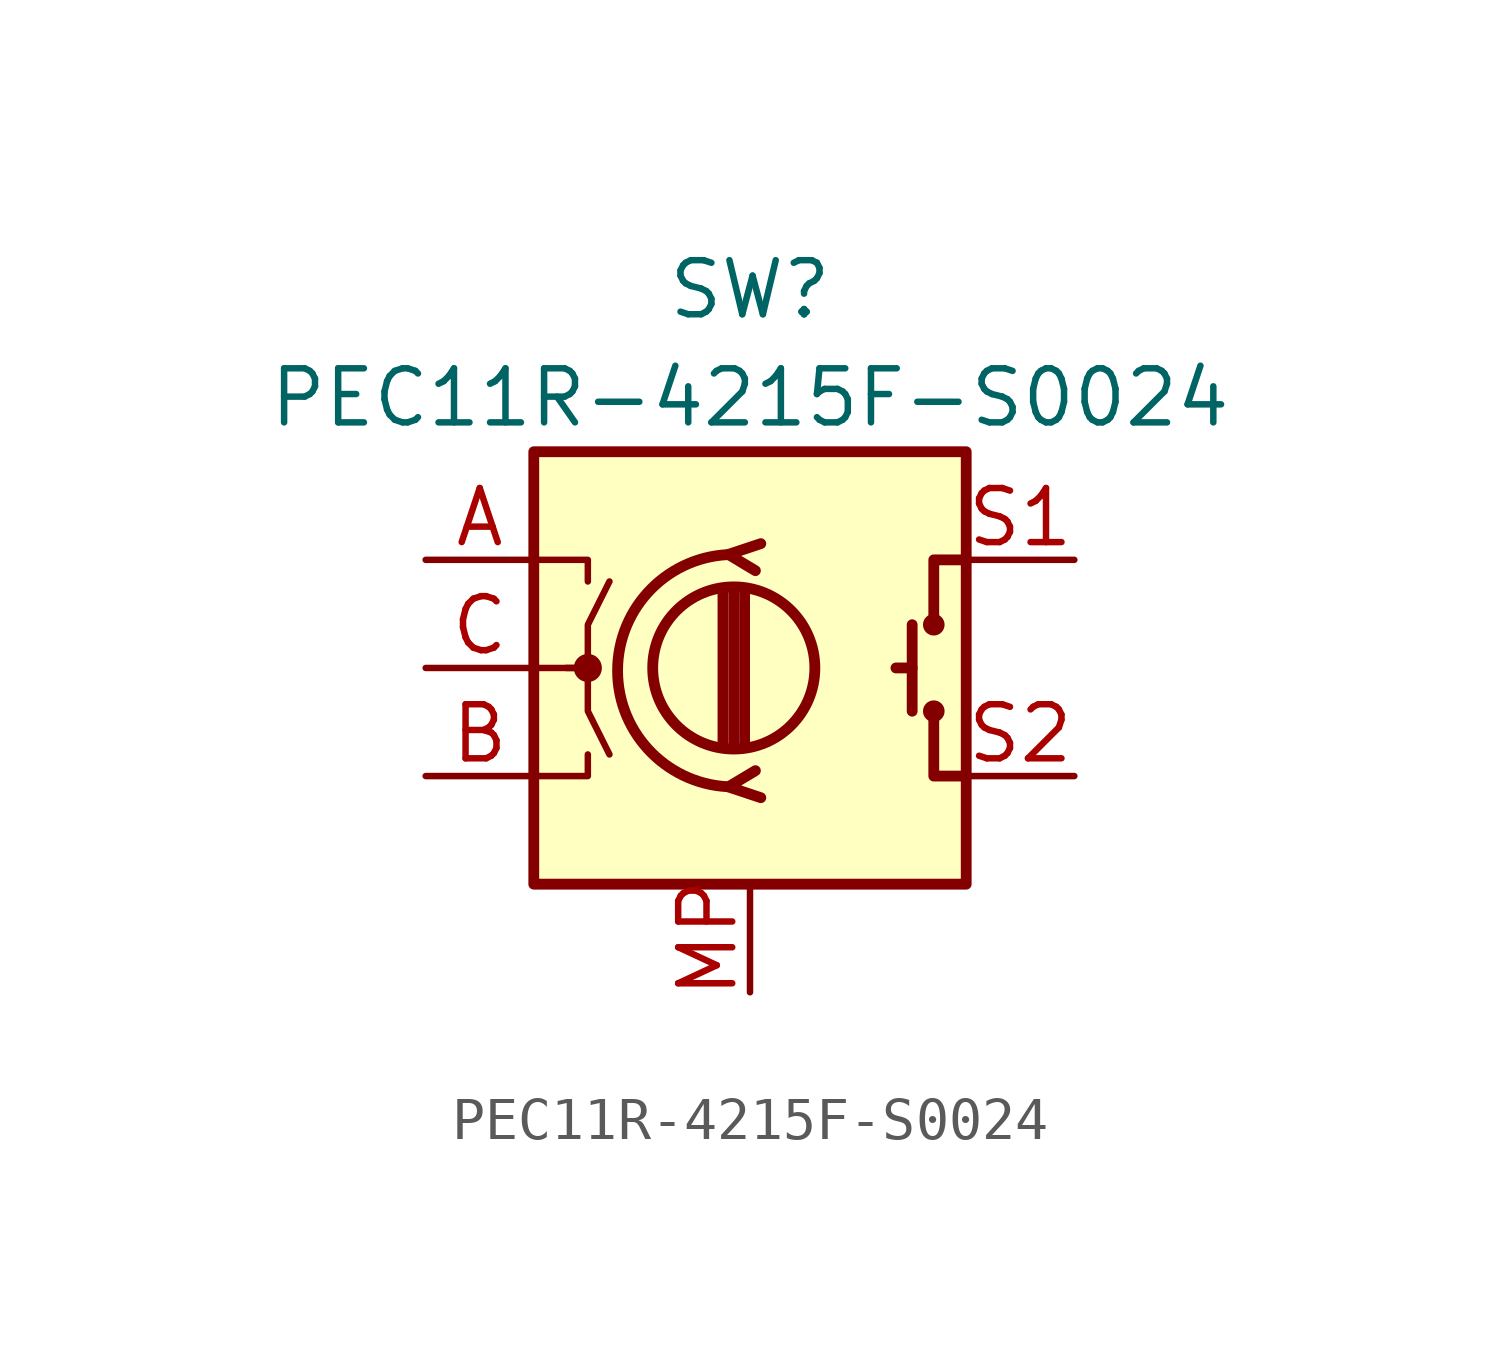
<source format=kicad_sym>
(kicad_symbol_lib
  (version 20241209)
  (generator "kicad_symbol_editor")
  (generator_version "9.0")
  (symbol "PEC11R-4215F-S0024"
    (pin_names
      (offset 0.254)
      (hide yes))
    (property "Reference" "SW"
      (at 0 8.89 0)
      (effects (font (size 1.27 1.27))))
    (property "Value" "PEC11R-4215F-S0024"
      (at 0 6.35 0)
      (effects (font (size 1.27 1.27))))
    (symbol "PEC11R-4215F-S0024_0_1"
      (rectangle (start -5.08 5.08) (end 5.08 -5.08) (stroke (width 0.254) (type default)) (fill (type background)))
      (polyline (pts (xy -5.08 2.54) (xy -3.81 2.54) (xy -3.81 2.032)) (stroke (width 0) (type default)) (fill (type none)))
      (polyline (pts (xy -5.08 0) (xy -3.81 0) (xy -3.81 -1.016) (xy -3.302 -2.032)) (stroke (width 0) (type default)) (fill (type none)))
      (polyline (pts (xy -5.08 -2.54) (xy -3.81 -2.54) (xy -3.81 -2.032)) (stroke (width 0) (type default)) (fill (type none)))
      (polyline (pts (xy -4.318 0) (xy -3.81 0) (xy -3.81 1.016) (xy -3.302 2.032)) (stroke (width 0) (type default)) (fill (type none)))
      (circle (center -3.81 0) (radius 0.254) (stroke (width 0) (type default)) (fill (type outline)))
      (polyline (pts (xy -0.635 -1.778) (xy -0.635 1.778)) (stroke (width 0.254) (type default)) (fill (type none)))
      (circle (center -0.381 0) (radius 1.905) (stroke (width 0.254) (type default)) (fill (type none)))
      (polyline (pts (xy -0.381 -1.778) (xy -0.381 1.778)) (stroke (width 0.254) (type default)) (fill (type none)))
      (arc (start -0.381 -2.794) (mid -3.0988 -0.0635) (end -0.381 2.667) (stroke (width 0.254) (type default)) (fill (type none)))
      (polyline (pts (xy -0.127 1.778) (xy -0.127 -1.778)) (stroke (width 0.254) (type default)) (fill (type none)))
      (polyline (pts (xy 0.254 2.921) (xy -0.508 2.667) (xy 0.127 2.286)) (stroke (width 0.254) (type default)) (fill (type none)))
      (polyline (pts (xy 0.254 -3.048) (xy -0.508 -2.794) (xy 0.127 -2.413)) (stroke (width 0.254) (type default)) (fill (type none)))
      (polyline (pts (xy 3.81 1.016) (xy 3.81 -1.016)) (stroke (width 0.254) (type default)) (fill (type none)))
      (polyline (pts (xy 3.81 0) (xy 3.429 0)) (stroke (width 0.254) (type default)) (fill (type none)))
      (circle (center 4.318 1.016) (radius 0.127) (stroke (width 0.254) (type default)) (fill (type none)))
      (circle (center 4.318 -1.016) (radius 0.127) (stroke (width 0.254) (type default)) (fill (type none)))
      (polyline (pts (xy 5.08 2.54) (xy 4.318 2.54) (xy 4.318 1.016)) (stroke (width 0.254) (type default)) (fill (type none)))
      (polyline (pts (xy 5.08 -2.54) (xy 4.318 -2.54) (xy 4.318 -1.016)) (stroke (width 0.254) (type default)) (fill (type none))))
    (symbol "PEC11R-4215F-S0024_1_1"
      (pin passive line (at -7.62 2.54 0) (length 2.54) (name "A" (effects (font (size 1.27 1.27)))) (number "A" (effects (font (size 1.27 1.27)))))
      (pin passive line (at -7.62 0 0) (length 2.54) (name "C" (effects (font (size 1.27 1.27)))) (number "C" (effects (font (size 1.27 1.27)))))
      (pin passive line (at -7.62 -2.54 0) (length 2.54) (name "B" (effects (font (size 1.27 1.27)))) (number "B" (effects (font (size 1.27 1.27)))))
      (pin passive line (at 0 -7.62 90) (length 2.54) (name "MP" (effects (font (size 1.27 1.27)))) (number "MP" (effects (font (size 1.27 1.27)))))
      (pin passive line (at 7.62 2.54 180) (length 2.54) (name "S1" (effects (font (size 1.27 1.27)))) (number "S1" (effects (font (size 1.27 1.27)))))
      (pin passive line (at 7.62 -2.54 180) (length 2.54) (name "S2" (effects (font (size 1.27 1.27)))) (number "S2" (effects (font (size 1.27 1.27))))))))
</source>
